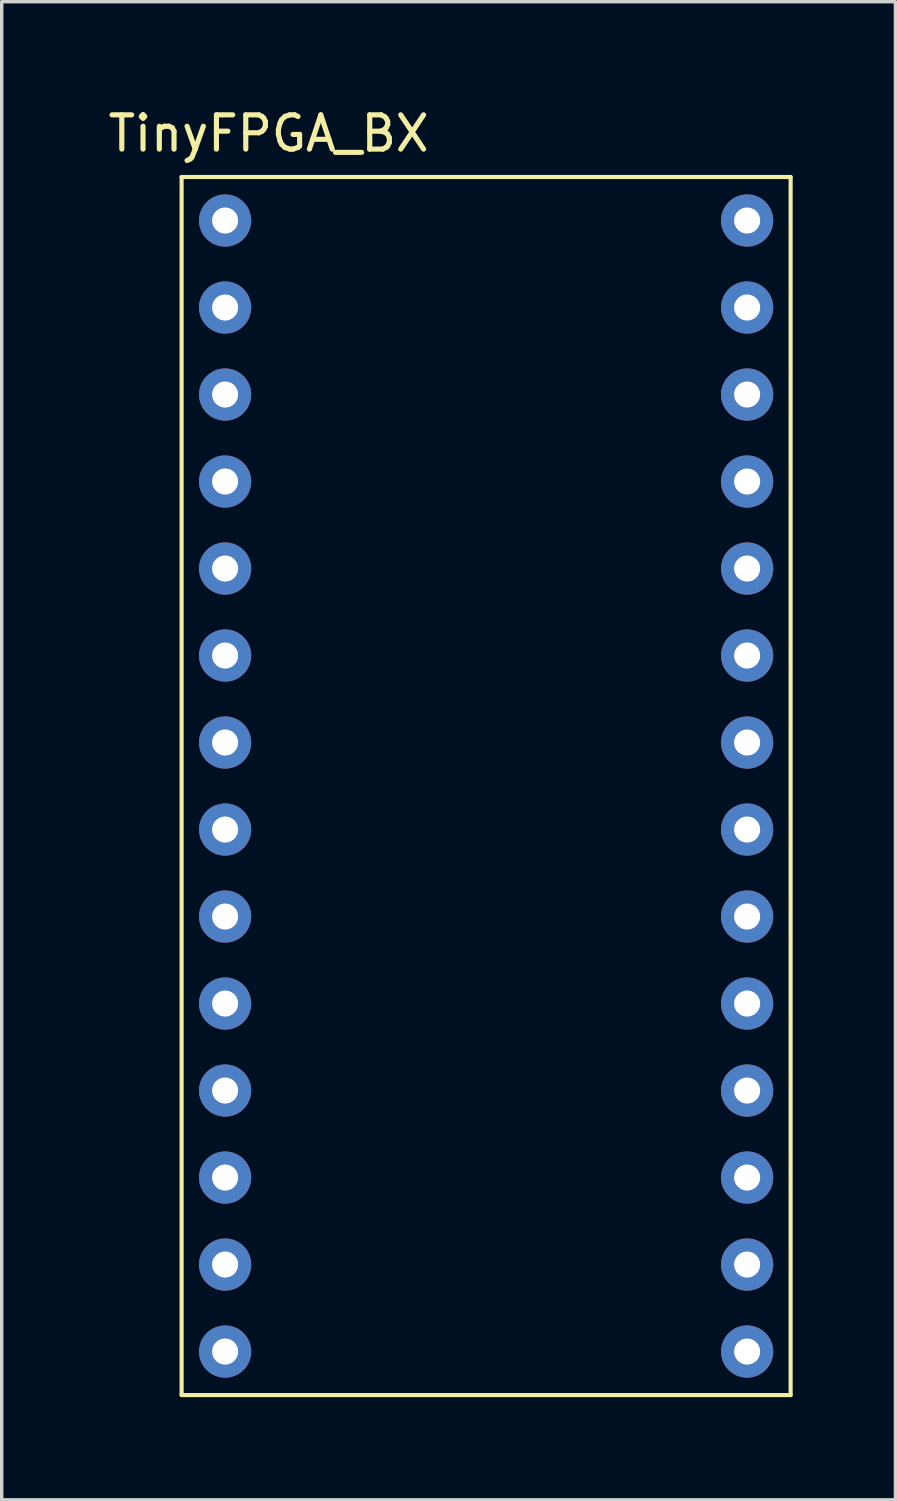
<source format=kicad_pcb>
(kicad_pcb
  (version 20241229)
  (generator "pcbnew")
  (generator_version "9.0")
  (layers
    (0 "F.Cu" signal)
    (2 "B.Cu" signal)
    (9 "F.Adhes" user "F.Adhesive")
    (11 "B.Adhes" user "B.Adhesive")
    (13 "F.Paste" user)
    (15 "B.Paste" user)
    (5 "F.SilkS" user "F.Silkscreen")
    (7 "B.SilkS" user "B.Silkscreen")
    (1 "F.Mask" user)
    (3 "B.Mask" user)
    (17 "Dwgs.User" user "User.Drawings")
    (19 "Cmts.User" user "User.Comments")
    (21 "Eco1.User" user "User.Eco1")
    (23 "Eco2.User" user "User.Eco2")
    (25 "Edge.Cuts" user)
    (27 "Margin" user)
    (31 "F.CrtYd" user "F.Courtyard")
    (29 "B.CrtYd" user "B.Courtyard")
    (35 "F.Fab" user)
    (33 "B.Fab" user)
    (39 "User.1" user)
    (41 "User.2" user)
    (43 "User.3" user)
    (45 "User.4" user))
  (footprint "TinyFPGA_BX"
    (layer "F.Cu")
    (at 11.142 19.898)
    (property "Reference" "TinyFPGA_BX" (at -6.35 -19.05 0) (layer "F.SilkS") (effects (font (size 1 1) (thickness 0.15))))
    (attr through_hole)
    (fp_line (start -8.89 -17.78) (end 8.89 -17.78) (stroke (width 0.12) (type solid)) (layer "F.SilkS"))
    (fp_line (start -8.89 17.78) (end -8.89 -17.78) (stroke (width 0.12) (type solid)) (layer "F.SilkS"))
    (fp_line (start 8.89 -17.78) (end 8.89 17.78) (stroke (width 0.12) (type solid)) (layer "F.SilkS"))
    (fp_line (start 8.89 17.78) (end -8.89 17.78) (stroke (width 0.12) (type solid)) (layer "F.SilkS"))
    (pad "1" thru_hole circle (at -7.62 -16.51) (size 1.524 1.524) (drill 0.762) (layers "*.Cu" "*.Mask"))
    (pad "2" thru_hole circle (at -7.62 -13.97) (size 1.524 1.524) (drill 0.762) (layers "*.Cu" "*.Mask"))
    (pad "3" thru_hole circle (at -7.62 -11.43) (size 1.524 1.524) (drill 0.762) (layers "*.Cu" "*.Mask"))
    (pad "4" thru_hole circle (at -7.62 -8.89) (size 1.524 1.524) (drill 0.762) (layers "*.Cu" "*.Mask"))
    (pad "5" thru_hole circle (at -7.62 -6.35) (size 1.524 1.524) (drill 0.762) (layers "*.Cu" "*.Mask"))
    (pad "6" thru_hole circle (at -7.62 -3.81) (size 1.524 1.524) (drill 0.762) (layers "*.Cu" "*.Mask"))
    (pad "7" thru_hole circle (at -7.62 -1.27) (size 1.524 1.524) (drill 0.762) (layers "*.Cu" "*.Mask"))
    (pad "8" thru_hole circle (at -7.62 1.27) (size 1.524 1.524) (drill 0.762) (layers "*.Cu" "*.Mask"))
    (pad "9" thru_hole circle (at -7.62 3.81) (size 1.524 1.524) (drill 0.762) (layers "*.Cu" "*.Mask"))
    (pad "10" thru_hole circle (at -7.62 6.35) (size 1.524 1.524) (drill 0.762) (layers "*.Cu" "*.Mask"))
    (pad "11" thru_hole circle (at -7.62 8.89) (size 1.524 1.524) (drill 0.762) (layers "*.Cu" "*.Mask"))
    (pad "12" thru_hole circle (at -7.62 11.43) (size 1.524 1.524) (drill 0.762) (layers "*.Cu" "*.Mask"))
    (pad "13" thru_hole circle (at -7.62 13.97) (size 1.524 1.524) (drill 0.762) (layers "*.Cu" "*.Mask"))
    (pad "14" thru_hole circle (at -7.62 16.51) (size 1.524 1.524) (drill 0.762) (layers "*.Cu" "*.Mask"))
    (pad "15" thru_hole circle (at 7.62 16.51) (size 1.524 1.524) (drill 0.762) (layers "*.Cu" "*.Mask"))
    (pad "16" thru_hole circle (at 7.62 13.97) (size 1.524 1.524) (drill 0.762) (layers "*.Cu" "*.Mask"))
    (pad "17" thru_hole circle (at 7.62 11.43) (size 1.524 1.524) (drill 0.762) (layers "*.Cu" "*.Mask"))
    (pad "18" thru_hole circle (at 7.62 8.89) (size 1.524 1.524) (drill 0.762) (layers "*.Cu" "*.Mask"))
    (pad "19" thru_hole circle (at 7.62 6.35) (size 1.524 1.524) (drill 0.762) (layers "*.Cu" "*.Mask"))
    (pad "20" thru_hole circle (at 7.62 3.81) (size 1.524 1.524) (drill 0.762) (layers "*.Cu" "*.Mask"))
    (pad "21" thru_hole circle (at 7.62 1.27) (size 1.524 1.524) (drill 0.762) (layers "*.Cu" "*.Mask"))
    (pad "22" thru_hole circle (at 7.62 -1.27) (size 1.524 1.524) (drill 0.762) (layers "*.Cu" "*.Mask"))
    (pad "23" thru_hole circle (at 7.62 -3.81) (size 1.524 1.524) (drill 0.762) (layers "*.Cu" "*.Mask"))
    (pad "24" thru_hole circle (at 7.62 -6.35) (size 1.524 1.524) (drill 0.762) (layers "*.Cu" "*.Mask"))
    (pad "25" thru_hole circle (at 7.62 -8.89) (size 1.524 1.524) (drill 0.762) (layers "*.Cu" "*.Mask"))
    (pad "26" thru_hole circle (at 7.62 -11.43) (size 1.524 1.524) (drill 0.762) (layers "*.Cu" "*.Mask"))
    (pad "27" thru_hole circle (at 7.62 -13.97) (size 1.524 1.524) (drill 0.762) (layers "*.Cu" "*.Mask"))
    (pad "28" thru_hole circle (at 7.62 -16.51) (size 1.524 1.524) (drill 0.762) (layers "*.Cu" "*.Mask")))
  (gr_rect
    (start -3 -3)
    (end 23.092 40.738)
    (stroke (width 0.1) (type default))
    (fill no)
    (layer "Edge.Cuts")))
</source>
